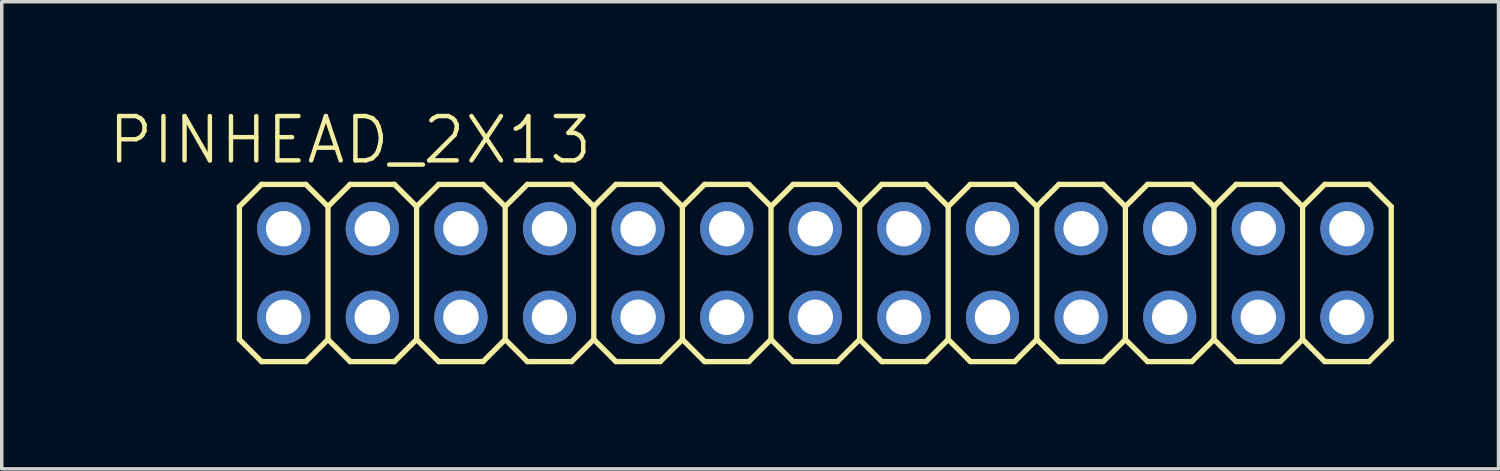
<source format=kicad_pcb>
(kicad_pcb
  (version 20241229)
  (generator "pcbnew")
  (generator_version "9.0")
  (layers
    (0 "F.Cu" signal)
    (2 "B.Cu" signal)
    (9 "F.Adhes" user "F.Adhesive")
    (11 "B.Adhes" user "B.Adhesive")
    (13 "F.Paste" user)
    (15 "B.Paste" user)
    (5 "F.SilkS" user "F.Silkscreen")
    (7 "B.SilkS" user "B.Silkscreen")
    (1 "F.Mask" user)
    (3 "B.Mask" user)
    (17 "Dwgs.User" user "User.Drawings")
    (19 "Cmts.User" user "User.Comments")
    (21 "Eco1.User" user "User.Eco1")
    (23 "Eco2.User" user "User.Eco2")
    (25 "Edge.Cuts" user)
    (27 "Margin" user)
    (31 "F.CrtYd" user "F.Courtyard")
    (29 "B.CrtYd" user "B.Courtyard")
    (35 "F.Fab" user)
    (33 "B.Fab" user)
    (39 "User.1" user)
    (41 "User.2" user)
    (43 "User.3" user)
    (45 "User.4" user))
  (footprint "PINHEAD_2X13"
    (layer "F.Cu")
    (at 20.323 4.776)
    (property "Reference" "PINHEAD_2X13" (at -13.335 -3.81 0) (layer "F.SilkS") (effects (font (size 1.27 1.27) (thickness 0.127))))
    (attr exclude_from_pos_files exclude_from_bom)
    (fp_line (start -16.51 -1.905) (end -15.875 -2.54) (stroke (width 0.152) (type solid)) (layer "F.SilkS"))
    (fp_line (start -16.51 1.905) (end -16.51 -1.905) (stroke (width 0.152) (type solid)) (layer "F.SilkS"))
    (fp_line (start -16.51 1.905) (end -15.875 2.54) (stroke (width 0.152) (type solid)) (layer "F.SilkS"))
    (fp_line (start -15.875 -2.54) (end -14.605 -2.54) (stroke (width 0.152) (type solid)) (layer "F.SilkS"))
    (fp_line (start -15.875 2.54) (end -14.605 2.54) (stroke (width 0.152) (type solid)) (layer "F.SilkS"))
    (fp_line (start -15.494 -1.524) (end -14.986 -1.524) (stroke (width 0.066) (type solid)) (layer "F.SilkS"))
    (fp_line (start -15.494 -1.016) (end -15.494 -1.524) (stroke (width 0.066) (type solid)) (layer "F.SilkS"))
    (fp_line (start -15.494 -1.016) (end -14.986 -1.016) (stroke (width 0.066) (type solid)) (layer "F.SilkS"))
    (fp_line (start -15.494 1.016) (end -14.986 1.016) (stroke (width 0.066) (type solid)) (layer "F.SilkS"))
    (fp_line (start -15.494 1.524) (end -15.494 1.016) (stroke (width 0.066) (type solid)) (layer "F.SilkS"))
    (fp_line (start -15.494 1.524) (end -14.986 1.524) (stroke (width 0.066) (type solid)) (layer "F.SilkS"))
    (fp_line (start -14.986 -1.016) (end -14.986 -1.524) (stroke (width 0.066) (type solid)) (layer "F.SilkS"))
    (fp_line (start -14.986 1.524) (end -14.986 1.016) (stroke (width 0.066) (type solid)) (layer "F.SilkS"))
    (fp_line (start -14.605 -2.54) (end -13.97 -1.905) (stroke (width 0.152) (type solid)) (layer "F.SilkS"))
    (fp_line (start -14.605 2.54) (end -13.97 1.905) (stroke (width 0.152) (type solid)) (layer "F.SilkS"))
    (fp_line (start -13.97 -1.905) (end -13.97 1.905) (stroke (width 0.152) (type solid)) (layer "F.SilkS"))
    (fp_line (start -13.97 -1.905) (end -13.335 -2.54) (stroke (width 0.152) (type solid)) (layer "F.SilkS"))
    (fp_line (start -13.97 1.905) (end -13.335 2.54) (stroke (width 0.152) (type solid)) (layer "F.SilkS"))
    (fp_line (start -13.335 -2.54) (end -12.065 -2.54) (stroke (width 0.152) (type solid)) (layer "F.SilkS"))
    (fp_line (start -13.335 2.54) (end -12.065 2.54) (stroke (width 0.152) (type solid)) (layer "F.SilkS"))
    (fp_line (start -12.954 -1.524) (end -12.446 -1.524) (stroke (width 0.066) (type solid)) (layer "F.SilkS"))
    (fp_line (start -12.954 -1.016) (end -12.954 -1.524) (stroke (width 0.066) (type solid)) (layer "F.SilkS"))
    (fp_line (start -12.954 -1.016) (end -12.446 -1.016) (stroke (width 0.066) (type solid)) (layer "F.SilkS"))
    (fp_line (start -12.954 1.016) (end -12.446 1.016) (stroke (width 0.066) (type solid)) (layer "F.SilkS"))
    (fp_line (start -12.954 1.524) (end -12.954 1.016) (stroke (width 0.066) (type solid)) (layer "F.SilkS"))
    (fp_line (start -12.954 1.524) (end -12.446 1.524) (stroke (width 0.066) (type solid)) (layer "F.SilkS"))
    (fp_line (start -12.446 -1.016) (end -12.446 -1.524) (stroke (width 0.066) (type solid)) (layer "F.SilkS"))
    (fp_line (start -12.446 1.524) (end -12.446 1.016) (stroke (width 0.066) (type solid)) (layer "F.SilkS"))
    (fp_line (start -12.065 -2.54) (end -11.43 -1.905) (stroke (width 0.152) (type solid)) (layer "F.SilkS"))
    (fp_line (start -12.065 2.54) (end -11.43 1.905) (stroke (width 0.152) (type solid)) (layer "F.SilkS"))
    (fp_line (start -11.43 -1.905) (end -11.43 1.905) (stroke (width 0.152) (type solid)) (layer "F.SilkS"))
    (fp_line (start -11.43 -1.905) (end -10.795 -2.54) (stroke (width 0.152) (type solid)) (layer "F.SilkS"))
    (fp_line (start -11.43 1.905) (end -10.795 2.54) (stroke (width 0.152) (type solid)) (layer "F.SilkS"))
    (fp_line (start -10.795 -2.54) (end -9.525 -2.54) (stroke (width 0.152) (type solid)) (layer "F.SilkS"))
    (fp_line (start -10.795 2.54) (end -9.525 2.54) (stroke (width 0.152) (type solid)) (layer "F.SilkS"))
    (fp_line (start -10.414 -1.524) (end -9.906 -1.524) (stroke (width 0.066) (type solid)) (layer "F.SilkS"))
    (fp_line (start -10.414 -1.016) (end -10.414 -1.524) (stroke (width 0.066) (type solid)) (layer "F.SilkS"))
    (fp_line (start -10.414 -1.016) (end -9.906 -1.016) (stroke (width 0.066) (type solid)) (layer "F.SilkS"))
    (fp_line (start -10.414 1.016) (end -9.906 1.016) (stroke (width 0.066) (type solid)) (layer "F.SilkS"))
    (fp_line (start -10.414 1.524) (end -10.414 1.016) (stroke (width 0.066) (type solid)) (layer "F.SilkS"))
    (fp_line (start -10.414 1.524) (end -9.906 1.524) (stroke (width 0.066) (type solid)) (layer "F.SilkS"))
    (fp_line (start -9.906 -1.016) (end -9.906 -1.524) (stroke (width 0.066) (type solid)) (layer "F.SilkS"))
    (fp_line (start -9.906 1.524) (end -9.906 1.016) (stroke (width 0.066) (type solid)) (layer "F.SilkS"))
    (fp_line (start -9.525 -2.54) (end -8.89 -1.905) (stroke (width 0.152) (type solid)) (layer "F.SilkS"))
    (fp_line (start -9.525 2.54) (end -8.89 1.905) (stroke (width 0.152) (type solid)) (layer "F.SilkS"))
    (fp_line (start -8.89 -1.905) (end -8.89 1.905) (stroke (width 0.152) (type solid)) (layer "F.SilkS"))
    (fp_line (start -8.89 -1.905) (end -8.255 -2.54) (stroke (width 0.152) (type solid)) (layer "F.SilkS"))
    (fp_line (start -8.89 1.905) (end -8.255 2.54) (stroke (width 0.152) (type solid)) (layer "F.SilkS"))
    (fp_line (start -8.255 -2.54) (end -6.985 -2.54) (stroke (width 0.152) (type solid)) (layer "F.SilkS"))
    (fp_line (start -8.255 2.54) (end -6.985 2.54) (stroke (width 0.152) (type solid)) (layer "F.SilkS"))
    (fp_line (start -7.874 -1.524) (end -7.366 -1.524) (stroke (width 0.066) (type solid)) (layer "F.SilkS"))
    (fp_line (start -7.874 -1.016) (end -7.874 -1.524) (stroke (width 0.066) (type solid)) (layer "F.SilkS"))
    (fp_line (start -7.874 -1.016) (end -7.366 -1.016) (stroke (width 0.066) (type solid)) (layer "F.SilkS"))
    (fp_line (start -7.874 1.016) (end -7.366 1.016) (stroke (width 0.066) (type solid)) (layer "F.SilkS"))
    (fp_line (start -7.874 1.524) (end -7.874 1.016) (stroke (width 0.066) (type solid)) (layer "F.SilkS"))
    (fp_line (start -7.874 1.524) (end -7.366 1.524) (stroke (width 0.066) (type solid)) (layer "F.SilkS"))
    (fp_line (start -7.366 -1.016) (end -7.366 -1.524) (stroke (width 0.066) (type solid)) (layer "F.SilkS"))
    (fp_line (start -7.366 1.524) (end -7.366 1.016) (stroke (width 0.066) (type solid)) (layer "F.SilkS"))
    (fp_line (start -6.985 -2.54) (end -6.35 -1.905) (stroke (width 0.152) (type solid)) (layer "F.SilkS"))
    (fp_line (start -6.985 2.54) (end -6.35 1.905) (stroke (width 0.152) (type solid)) (layer "F.SilkS"))
    (fp_line (start -6.35 -1.905) (end -6.35 1.905) (stroke (width 0.152) (type solid)) (layer "F.SilkS"))
    (fp_line (start -6.35 -1.905) (end -5.715 -2.54) (stroke (width 0.152) (type solid)) (layer "F.SilkS"))
    (fp_line (start -6.35 1.905) (end -5.715 2.54) (stroke (width 0.152) (type solid)) (layer "F.SilkS"))
    (fp_line (start -5.715 -2.54) (end -4.445 -2.54) (stroke (width 0.152) (type solid)) (layer "F.SilkS"))
    (fp_line (start -5.715 2.54) (end -4.445 2.54) (stroke (width 0.152) (type solid)) (layer "F.SilkS"))
    (fp_line (start -5.334 -1.524) (end -4.826 -1.524) (stroke (width 0.066) (type solid)) (layer "F.SilkS"))
    (fp_line (start -5.334 -1.016) (end -5.334 -1.524) (stroke (width 0.066) (type solid)) (layer "F.SilkS"))
    (fp_line (start -5.334 -1.016) (end -4.826 -1.016) (stroke (width 0.066) (type solid)) (layer "F.SilkS"))
    (fp_line (start -5.334 1.016) (end -4.826 1.016) (stroke (width 0.066) (type solid)) (layer "F.SilkS"))
    (fp_line (start -5.334 1.524) (end -5.334 1.016) (stroke (width 0.066) (type solid)) (layer "F.SilkS"))
    (fp_line (start -5.334 1.524) (end -4.826 1.524) (stroke (width 0.066) (type solid)) (layer "F.SilkS"))
    (fp_line (start -4.826 -1.016) (end -4.826 -1.524) (stroke (width 0.066) (type solid)) (layer "F.SilkS"))
    (fp_line (start -4.826 1.524) (end -4.826 1.016) (stroke (width 0.066) (type solid)) (layer "F.SilkS"))
    (fp_line (start -4.445 -2.54) (end -3.81 -1.905) (stroke (width 0.152) (type solid)) (layer "F.SilkS"))
    (fp_line (start -4.445 2.54) (end -3.81 1.905) (stroke (width 0.152) (type solid)) (layer "F.SilkS"))
    (fp_line (start -3.81 -1.905) (end -3.81 1.905) (stroke (width 0.152) (type solid)) (layer "F.SilkS"))
    (fp_line (start -3.81 -1.905) (end -3.175 -2.54) (stroke (width 0.152) (type solid)) (layer "F.SilkS"))
    (fp_line (start -3.81 1.905) (end -3.175 2.54) (stroke (width 0.152) (type solid)) (layer "F.SilkS"))
    (fp_line (start -3.175 -2.54) (end -1.905 -2.54) (stroke (width 0.152) (type solid)) (layer "F.SilkS"))
    (fp_line (start -3.175 2.54) (end -1.905 2.54) (stroke (width 0.152) (type solid)) (layer "F.SilkS"))
    (fp_line (start -2.794 -1.524) (end -2.286 -1.524) (stroke (width 0.066) (type solid)) (layer "F.SilkS"))
    (fp_line (start -2.794 -1.016) (end -2.794 -1.524) (stroke (width 0.066) (type solid)) (layer "F.SilkS"))
    (fp_line (start -2.794 -1.016) (end -2.286 -1.016) (stroke (width 0.066) (type solid)) (layer "F.SilkS"))
    (fp_line (start -2.794 1.016) (end -2.286 1.016) (stroke (width 0.066) (type solid)) (layer "F.SilkS"))
    (fp_line (start -2.794 1.524) (end -2.794 1.016) (stroke (width 0.066) (type solid)) (layer "F.SilkS"))
    (fp_line (start -2.794 1.524) (end -2.286 1.524) (stroke (width 0.066) (type solid)) (layer "F.SilkS"))
    (fp_line (start -2.286 -1.016) (end -2.286 -1.524) (stroke (width 0.066) (type solid)) (layer "F.SilkS"))
    (fp_line (start -2.286 1.524) (end -2.286 1.016) (stroke (width 0.066) (type solid)) (layer "F.SilkS"))
    (fp_line (start -1.905 -2.54) (end -1.27 -1.905) (stroke (width 0.152) (type solid)) (layer "F.SilkS"))
    (fp_line (start -1.905 2.54) (end -1.27 1.905) (stroke (width 0.152) (type solid)) (layer "F.SilkS"))
    (fp_line (start -1.27 -1.905) (end -1.27 1.905) (stroke (width 0.152) (type solid)) (layer "F.SilkS"))
    (fp_line (start -1.27 -1.905) (end -0.635 -2.54) (stroke (width 0.152) (type solid)) (layer "F.SilkS"))
    (fp_line (start -1.27 1.905) (end -0.635 2.54) (stroke (width 0.152) (type solid)) (layer "F.SilkS"))
    (fp_line (start -0.635 -2.54) (end 0.635 -2.54) (stroke (width 0.152) (type solid)) (layer "F.SilkS"))
    (fp_line (start -0.254 -1.524) (end 0.254 -1.524) (stroke (width 0.066) (type solid)) (layer "F.SilkS"))
    (fp_line (start -0.254 -1.016) (end -0.254 -1.524) (stroke (width 0.066) (type solid)) (layer "F.SilkS"))
    (fp_line (start -0.254 -1.016) (end 0.254 -1.016) (stroke (width 0.066) (type solid)) (layer "F.SilkS"))
    (fp_line (start -0.254 1.016) (end 0.254 1.016) (stroke (width 0.066) (type solid)) (layer "F.SilkS"))
    (fp_line (start -0.254 1.524) (end -0.254 1.016) (stroke (width 0.066) (type solid)) (layer "F.SilkS"))
    (fp_line (start -0.254 1.524) (end 0.254 1.524) (stroke (width 0.066) (type solid)) (layer "F.SilkS"))
    (fp_line (start 0.254 -1.016) (end 0.254 -1.524) (stroke (width 0.066) (type solid)) (layer "F.SilkS"))
    (fp_line (start 0.254 1.524) (end 0.254 1.016) (stroke (width 0.066) (type solid)) (layer "F.SilkS"))
    (fp_line (start 0.635 -2.54) (end 1.27 -1.905) (stroke (width 0.152) (type solid)) (layer "F.SilkS"))
    (fp_line (start 0.635 2.54) (end -0.635 2.54) (stroke (width 0.152) (type solid)) (layer "F.SilkS"))
    (fp_line (start 1.27 -1.905) (end 1.27 1.905) (stroke (width 0.152) (type solid)) (layer "F.SilkS"))
    (fp_line (start 1.27 -1.905) (end 1.905 -2.54) (stroke (width 0.152) (type solid)) (layer "F.SilkS"))
    (fp_line (start 1.27 1.905) (end 0.635 2.54) (stroke (width 0.152) (type solid)) (layer "F.SilkS"))
    (fp_line (start 1.27 1.905) (end 1.905 2.54) (stroke (width 0.152) (type solid)) (layer "F.SilkS"))
    (fp_line (start 1.905 -2.54) (end 3.175 -2.54) (stroke (width 0.152) (type solid)) (layer "F.SilkS"))
    (fp_line (start 2.286 -1.524) (end 2.794 -1.524) (stroke (width 0.066) (type solid)) (layer "F.SilkS"))
    (fp_line (start 2.286 -1.016) (end 2.286 -1.524) (stroke (width 0.066) (type solid)) (layer "F.SilkS"))
    (fp_line (start 2.286 -1.016) (end 2.794 -1.016) (stroke (width 0.066) (type solid)) (layer "F.SilkS"))
    (fp_line (start 2.286 1.016) (end 2.794 1.016) (stroke (width 0.066) (type solid)) (layer "F.SilkS"))
    (fp_line (start 2.286 1.524) (end 2.286 1.016) (stroke (width 0.066) (type solid)) (layer "F.SilkS"))
    (fp_line (start 2.286 1.524) (end 2.794 1.524) (stroke (width 0.066) (type solid)) (layer "F.SilkS"))
    (fp_line (start 2.794 -1.016) (end 2.794 -1.524) (stroke (width 0.066) (type solid)) (layer "F.SilkS"))
    (fp_line (start 2.794 1.524) (end 2.794 1.016) (stroke (width 0.066) (type solid)) (layer "F.SilkS"))
    (fp_line (start 3.175 -2.54) (end 3.81 -1.905) (stroke (width 0.152) (type solid)) (layer "F.SilkS"))
    (fp_line (start 3.175 2.54) (end 1.905 2.54) (stroke (width 0.152) (type solid)) (layer "F.SilkS"))
    (fp_line (start 3.81 -1.905) (end 3.81 1.905) (stroke (width 0.152) (type solid)) (layer "F.SilkS"))
    (fp_line (start 3.81 -1.905) (end 4.445 -2.54) (stroke (width 0.152) (type solid)) (layer "F.SilkS"))
    (fp_line (start 3.81 1.905) (end 3.175 2.54) (stroke (width 0.152) (type solid)) (layer "F.SilkS"))
    (fp_line (start 3.81 1.905) (end 4.445 2.54) (stroke (width 0.152) (type solid)) (layer "F.SilkS"))
    (fp_line (start 4.445 -2.54) (end 5.715 -2.54) (stroke (width 0.152) (type solid)) (layer "F.SilkS"))
    (fp_line (start 4.826 -1.524) (end 5.334 -1.524) (stroke (width 0.066) (type solid)) (layer "F.SilkS"))
    (fp_line (start 4.826 -1.016) (end 4.826 -1.524) (stroke (width 0.066) (type solid)) (layer "F.SilkS"))
    (fp_line (start 4.826 -1.016) (end 5.334 -1.016) (stroke (width 0.066) (type solid)) (layer "F.SilkS"))
    (fp_line (start 4.826 1.016) (end 5.334 1.016) (stroke (width 0.066) (type solid)) (layer "F.SilkS"))
    (fp_line (start 4.826 1.524) (end 4.826 1.016) (stroke (width 0.066) (type solid)) (layer "F.SilkS"))
    (fp_line (start 4.826 1.524) (end 5.334 1.524) (stroke (width 0.066) (type solid)) (layer "F.SilkS"))
    (fp_line (start 5.334 -1.016) (end 5.334 -1.524) (stroke (width 0.066) (type solid)) (layer "F.SilkS"))
    (fp_line (start 5.334 1.524) (end 5.334 1.016) (stroke (width 0.066) (type solid)) (layer "F.SilkS"))
    (fp_line (start 5.715 -2.54) (end 6.35 -1.905) (stroke (width 0.152) (type solid)) (layer "F.SilkS"))
    (fp_line (start 5.715 2.54) (end 4.445 2.54) (stroke (width 0.152) (type solid)) (layer "F.SilkS"))
    (fp_line (start 6.35 -1.905) (end 6.35 1.905) (stroke (width 0.152) (type solid)) (layer "F.SilkS"))
    (fp_line (start 6.35 -1.905) (end 6.985 -2.54) (stroke (width 0.152) (type solid)) (layer "F.SilkS"))
    (fp_line (start 6.35 1.905) (end 5.715 2.54) (stroke (width 0.152) (type solid)) (layer "F.SilkS"))
    (fp_line (start 6.35 1.905) (end 6.985 2.54) (stroke (width 0.152) (type solid)) (layer "F.SilkS"))
    (fp_line (start 6.985 -2.54) (end 8.255 -2.54) (stroke (width 0.152) (type solid)) (layer "F.SilkS"))
    (fp_line (start 7.366 -1.524) (end 7.874 -1.524) (stroke (width 0.066) (type solid)) (layer "F.SilkS"))
    (fp_line (start 7.366 -1.016) (end 7.366 -1.524) (stroke (width 0.066) (type solid)) (layer "F.SilkS"))
    (fp_line (start 7.366 -1.016) (end 7.874 -1.016) (stroke (width 0.066) (type solid)) (layer "F.SilkS"))
    (fp_line (start 7.366 1.016) (end 7.874 1.016) (stroke (width 0.066) (type solid)) (layer "F.SilkS"))
    (fp_line (start 7.366 1.524) (end 7.366 1.016) (stroke (width 0.066) (type solid)) (layer "F.SilkS"))
    (fp_line (start 7.366 1.524) (end 7.874 1.524) (stroke (width 0.066) (type solid)) (layer "F.SilkS"))
    (fp_line (start 7.874 -1.016) (end 7.874 -1.524) (stroke (width 0.066) (type solid)) (layer "F.SilkS"))
    (fp_line (start 7.874 1.524) (end 7.874 1.016) (stroke (width 0.066) (type solid)) (layer "F.SilkS"))
    (fp_line (start 8.255 -2.54) (end 8.89 -1.905) (stroke (width 0.152) (type solid)) (layer "F.SilkS"))
    (fp_line (start 8.255 2.54) (end 6.985 2.54) (stroke (width 0.152) (type solid)) (layer "F.SilkS"))
    (fp_line (start 8.89 -1.905) (end 8.89 1.905) (stroke (width 0.152) (type solid)) (layer "F.SilkS"))
    (fp_line (start 8.89 -1.905) (end 9.525 -2.54) (stroke (width 0.152) (type solid)) (layer "F.SilkS"))
    (fp_line (start 8.89 1.905) (end 8.255 2.54) (stroke (width 0.152) (type solid)) (layer "F.SilkS"))
    (fp_line (start 8.89 1.905) (end 9.525 2.54) (stroke (width 0.152) (type solid)) (layer "F.SilkS"))
    (fp_line (start 9.525 -2.54) (end 10.795 -2.54) (stroke (width 0.152) (type solid)) (layer "F.SilkS"))
    (fp_line (start 9.906 -1.524) (end 10.414 -1.524) (stroke (width 0.066) (type solid)) (layer "F.SilkS"))
    (fp_line (start 9.906 -1.016) (end 9.906 -1.524) (stroke (width 0.066) (type solid)) (layer "F.SilkS"))
    (fp_line (start 9.906 -1.016) (end 10.414 -1.016) (stroke (width 0.066) (type solid)) (layer "F.SilkS"))
    (fp_line (start 9.906 1.016) (end 10.414 1.016) (stroke (width 0.066) (type solid)) (layer "F.SilkS"))
    (fp_line (start 9.906 1.524) (end 9.906 1.016) (stroke (width 0.066) (type solid)) (layer "F.SilkS"))
    (fp_line (start 9.906 1.524) (end 10.414 1.524) (stroke (width 0.066) (type solid)) (layer "F.SilkS"))
    (fp_line (start 10.414 -1.016) (end 10.414 -1.524) (stroke (width 0.066) (type solid)) (layer "F.SilkS"))
    (fp_line (start 10.414 1.524) (end 10.414 1.016) (stroke (width 0.066) (type solid)) (layer "F.SilkS"))
    (fp_line (start 10.795 -2.54) (end 11.43 -1.905) (stroke (width 0.152) (type solid)) (layer "F.SilkS"))
    (fp_line (start 10.795 2.54) (end 9.525 2.54) (stroke (width 0.152) (type solid)) (layer "F.SilkS"))
    (fp_line (start 11.43 -1.905) (end 11.43 1.905) (stroke (width 0.152) (type solid)) (layer "F.SilkS"))
    (fp_line (start 11.43 -1.905) (end 12.065 -2.54) (stroke (width 0.152) (type solid)) (layer "F.SilkS"))
    (fp_line (start 11.43 1.905) (end 10.795 2.54) (stroke (width 0.152) (type solid)) (layer "F.SilkS"))
    (fp_line (start 11.43 1.905) (end 12.065 2.54) (stroke (width 0.152) (type solid)) (layer "F.SilkS"))
    (fp_line (start 12.065 -2.54) (end 13.335 -2.54) (stroke (width 0.152) (type solid)) (layer "F.SilkS"))
    (fp_line (start 12.446 -1.524) (end 12.954 -1.524) (stroke (width 0.066) (type solid)) (layer "F.SilkS"))
    (fp_line (start 12.446 -1.016) (end 12.446 -1.524) (stroke (width 0.066) (type solid)) (layer "F.SilkS"))
    (fp_line (start 12.446 -1.016) (end 12.954 -1.016) (stroke (width 0.066) (type solid)) (layer "F.SilkS"))
    (fp_line (start 12.446 1.016) (end 12.954 1.016) (stroke (width 0.066) (type solid)) (layer "F.SilkS"))
    (fp_line (start 12.446 1.524) (end 12.446 1.016) (stroke (width 0.066) (type solid)) (layer "F.SilkS"))
    (fp_line (start 12.446 1.524) (end 12.954 1.524) (stroke (width 0.066) (type solid)) (layer "F.SilkS"))
    (fp_line (start 12.954 -1.016) (end 12.954 -1.524) (stroke (width 0.066) (type solid)) (layer "F.SilkS"))
    (fp_line (start 12.954 1.524) (end 12.954 1.016) (stroke (width 0.066) (type solid)) (layer "F.SilkS"))
    (fp_line (start 13.335 2.54) (end 12.065 2.54) (stroke (width 0.152) (type solid)) (layer "F.SilkS"))
    (fp_line (start 13.97 -1.905) (end 13.335 -2.54) (stroke (width 0.152) (type solid)) (layer "F.SilkS"))
    (fp_line (start 13.97 -1.905) (end 13.97 1.905) (stroke (width 0.152) (type solid)) (layer "F.SilkS"))
    (fp_line (start 13.97 -1.905) (end 14.605 -2.54) (stroke (width 0.152) (type solid)) (layer "F.SilkS"))
    (fp_line (start 13.97 1.905) (end 13.335 2.54) (stroke (width 0.152) (type solid)) (layer "F.SilkS"))
    (fp_line (start 13.97 1.905) (end 14.605 2.54) (stroke (width 0.152) (type solid)) (layer "F.SilkS"))
    (fp_line (start 14.605 -2.54) (end 15.875 -2.54) (stroke (width 0.152) (type solid)) (layer "F.SilkS"))
    (fp_line (start 14.986 -1.524) (end 15.494 -1.524) (stroke (width 0.066) (type solid)) (layer "F.SilkS"))
    (fp_line (start 14.986 -1.016) (end 14.986 -1.524) (stroke (width 0.066) (type solid)) (layer "F.SilkS"))
    (fp_line (start 14.986 -1.016) (end 15.494 -1.016) (stroke (width 0.066) (type solid)) (layer "F.SilkS"))
    (fp_line (start 14.986 1.016) (end 15.494 1.016) (stroke (width 0.066) (type solid)) (layer "F.SilkS"))
    (fp_line (start 14.986 1.524) (end 14.986 1.016) (stroke (width 0.066) (type solid)) (layer "F.SilkS"))
    (fp_line (start 14.986 1.524) (end 15.494 1.524) (stroke (width 0.066) (type solid)) (layer "F.SilkS"))
    (fp_line (start 15.494 -1.016) (end 15.494 -1.524) (stroke (width 0.066) (type solid)) (layer "F.SilkS"))
    (fp_line (start 15.494 1.524) (end 15.494 1.016) (stroke (width 0.066) (type solid)) (layer "F.SilkS"))
    (fp_line (start 15.875 2.54) (end 14.605 2.54) (stroke (width 0.152) (type solid)) (layer "F.SilkS"))
    (fp_line (start 16.51 -1.905) (end 15.875 -2.54) (stroke (width 0.152) (type solid)) (layer "F.SilkS"))
    (fp_line (start 16.51 -1.905) (end 16.51 1.905) (stroke (width 0.152) (type solid)) (layer "F.SilkS"))
    (fp_line (start 16.51 1.905) (end 15.875 2.54) (stroke (width 0.152) (type solid)) (layer "F.SilkS"))
    (pad "1" thru_hole circle (at -15.24 1.27) (size 1.524 1.524) (drill 1.016) (layers "*.Cu" "*.Paste" "*.Mask"))
    (pad "2" thru_hole circle (at -15.24 -1.27) (size 1.524 1.524) (drill 1.016) (layers "*.Cu" "*.Paste" "*.Mask"))
    (pad "3" thru_hole circle (at -12.7 1.27) (size 1.524 1.524) (drill 1.016) (layers "*.Cu" "*.Paste" "*.Mask"))
    (pad "4" thru_hole circle (at -12.7 -1.27) (size 1.524 1.524) (drill 1.016) (layers "*.Cu" "*.Paste" "*.Mask"))
    (pad "5" thru_hole circle (at -10.16 1.27) (size 1.524 1.524) (drill 1.016) (layers "*.Cu" "*.Paste" "*.Mask"))
    (pad "6" thru_hole circle (at -10.16 -1.27) (size 1.524 1.524) (drill 1.016) (layers "*.Cu" "*.Paste" "*.Mask"))
    (pad "7" thru_hole circle (at -7.62 1.27) (size 1.524 1.524) (drill 1.016) (layers "*.Cu" "*.Paste" "*.Mask"))
    (pad "8" thru_hole circle (at -7.62 -1.27) (size 1.524 1.524) (drill 1.016) (layers "*.Cu" "*.Paste" "*.Mask"))
    (pad "9" thru_hole circle (at -5.08 1.27) (size 1.524 1.524) (drill 1.016) (layers "*.Cu" "*.Paste" "*.Mask"))
    (pad "10" thru_hole circle (at -5.08 -1.27) (size 1.524 1.524) (drill 1.016) (layers "*.Cu" "*.Paste" "*.Mask"))
    (pad "11" thru_hole circle (at -2.54 1.27) (size 1.524 1.524) (drill 1.016) (layers "*.Cu" "*.Paste" "*.Mask"))
    (pad "12" thru_hole circle (at -2.54 -1.27) (size 1.524 1.524) (drill 1.016) (layers "*.Cu" "*.Paste" "*.Mask"))
    (pad "13" thru_hole circle (at 0 1.27) (size 1.524 1.524) (drill 1.016) (layers "*.Cu" "*.Paste" "*.Mask"))
    (pad "14" thru_hole circle (at 0 -1.27) (size 1.524 1.524) (drill 1.016) (layers "*.Cu" "*.Paste" "*.Mask"))
    (pad "15" thru_hole circle (at 2.54 1.27) (size 1.524 1.524) (drill 1.016) (layers "*.Cu" "*.Paste" "*.Mask"))
    (pad "16" thru_hole circle (at 2.54 -1.27) (size 1.524 1.524) (drill 1.016) (layers "*.Cu" "*.Paste" "*.Mask"))
    (pad "17" thru_hole circle (at 5.08 1.27) (size 1.524 1.524) (drill 1.016) (layers "*.Cu" "*.Paste" "*.Mask"))
    (pad "18" thru_hole circle (at 5.08 -1.27) (size 1.524 1.524) (drill 1.016) (layers "*.Cu" "*.Paste" "*.Mask"))
    (pad "19" thru_hole circle (at 7.62 1.27) (size 1.524 1.524) (drill 1.016) (layers "*.Cu" "*.Paste" "*.Mask"))
    (pad "20" thru_hole circle (at 7.62 -1.27) (size 1.524 1.524) (drill 1.016) (layers "*.Cu" "*.Paste" "*.Mask"))
    (pad "21" thru_hole circle (at 10.16 1.27) (size 1.524 1.524) (drill 1.016) (layers "*.Cu" "*.Paste" "*.Mask"))
    (pad "22" thru_hole circle (at 10.16 -1.27) (size 1.524 1.524) (drill 1.016) (layers "*.Cu" "*.Paste" "*.Mask"))
    (pad "23" thru_hole circle (at 12.7 1.27) (size 1.524 1.524) (drill 1.016) (layers "*.Cu" "*.Paste" "*.Mask"))
    (pad "24" thru_hole circle (at 12.7 -1.27) (size 1.524 1.524) (drill 1.016) (layers "*.Cu" "*.Paste" "*.Mask"))
    (pad "25" thru_hole circle (at 15.24 1.27) (size 1.524 1.524) (drill 1.016) (layers "*.Cu" "*.Paste" "*.Mask"))
    (pad "26" thru_hole circle (at 15.24 -1.27) (size 1.524 1.524) (drill 1.016) (layers "*.Cu" "*.Paste" "*.Mask")))
  (gr_rect
    (start -3 -3)
    (end 39.909 10.392)
    (stroke (width 0.1) (type default))
    (fill no)
    (layer "Edge.Cuts")))
</source>
